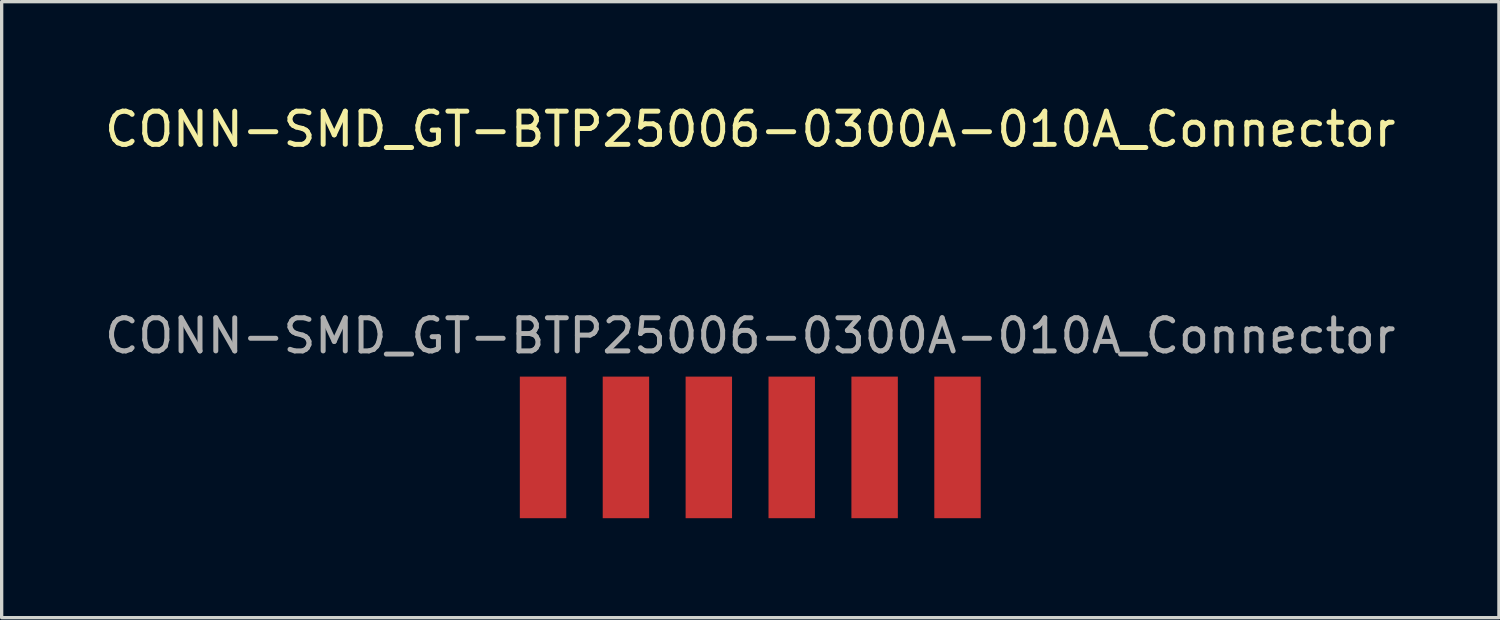
<source format=kicad_pcb>
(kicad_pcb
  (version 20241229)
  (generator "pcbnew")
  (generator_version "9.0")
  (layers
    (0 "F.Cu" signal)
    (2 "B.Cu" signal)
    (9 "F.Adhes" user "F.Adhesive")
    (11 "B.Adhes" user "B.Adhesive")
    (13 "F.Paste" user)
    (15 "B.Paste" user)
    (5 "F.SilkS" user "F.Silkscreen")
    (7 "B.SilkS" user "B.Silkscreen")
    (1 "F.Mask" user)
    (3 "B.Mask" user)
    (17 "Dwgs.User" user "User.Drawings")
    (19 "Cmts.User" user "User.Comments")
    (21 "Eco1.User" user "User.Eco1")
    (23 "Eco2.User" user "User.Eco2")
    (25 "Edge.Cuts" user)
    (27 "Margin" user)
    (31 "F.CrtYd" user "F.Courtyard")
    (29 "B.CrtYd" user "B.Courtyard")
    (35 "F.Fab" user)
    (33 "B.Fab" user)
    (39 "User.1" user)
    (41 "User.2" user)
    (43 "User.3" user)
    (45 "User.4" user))
  (footprint "CONN-SMD_GT-BTP25006-0300A-010A_Connector"
    (layer "F.Cu")
    (at 19.577 7.078)
    (property "Reference" "CONN-SMD_GT-BTP25006-0300A-010A_Connector" (at 0 -6.23 0) (layer "F.SilkS") (effects (font (size 1 1) (thickness 0.15))))
    (fp_text user "${REFERENCE}" (at 0 0 0) (layer "F.Fab") (effects (font (size 1 1) (thickness 0.15))))
    (pad "1" smd rect (at 6.25 3.365 270) (size 4.27 1.4) (layers "F.Cu" "F.Mask" "F.Paste"))
    (pad "2" smd rect (at 3.75 3.365 270) (size 4.27 1.4) (layers "F.Cu" "F.Mask" "F.Paste"))
    (pad "3" smd rect (at 1.25 3.365 270) (size 4.27 1.4) (layers "F.Cu" "F.Mask" "F.Paste"))
    (pad "4" smd rect (at -1.25 3.365 270) (size 4.27 1.4) (layers "F.Cu" "F.Mask" "F.Paste"))
    (pad "5" smd rect (at -3.75 3.365 270) (size 4.27 1.4) (layers "F.Cu" "F.Mask" "F.Paste"))
    (pad "6" smd rect (at -6.25 3.365 270) (size 4.27 1.4) (layers "F.Cu" "F.Mask" "F.Paste")))
  (gr_rect
    (start -3 -3)
    (end 42.155 15.578)
    (stroke (width 0.1) (type default))
    (fill no)
    (layer "Edge.Cuts")))
</source>
